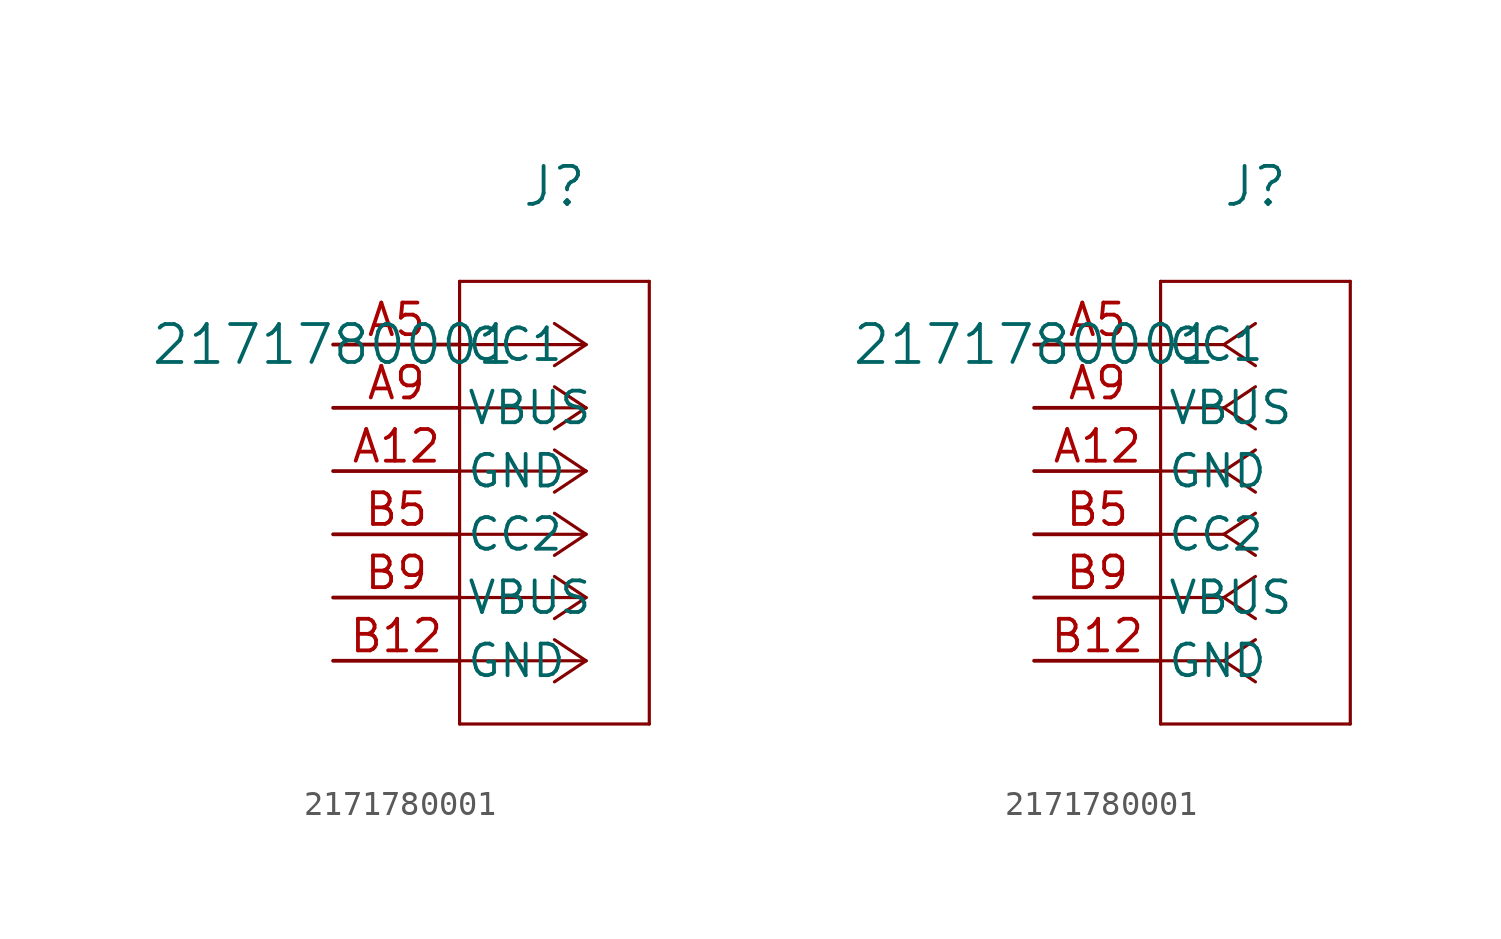
<source format=kicad_sym>
(kicad_symbol_lib
  (version 20211014)
  (generator kicad_symbol_editor)
  (symbol "2171780001"
    (pin_names
      (offset 0.254))
    (property "Reference" "J"
      (at 8.89 6.35 0)
      (effects (font (size 1.524 1.524))))
    (property "Value" "2171780001"
      (at 0 0 0)
      (effects (font (size 1.524 1.524))))
    (symbol "2171780001_1_1"
      (polyline (pts (xy 10.16 0) (xy 5.08 0)) (stroke (width 0.127) (type default) (color 0 0 0 0)) (fill (type none)))
      (polyline (pts (xy 10.16 -2.54) (xy 5.08 -2.54)) (stroke (width 0.127) (type default) (color 0 0 0 0)) (fill (type none)))
      (polyline (pts (xy 10.16 -5.08) (xy 5.08 -5.08)) (stroke (width 0.127) (type default) (color 0 0 0 0)) (fill (type none)))
      (polyline (pts (xy 10.16 -7.62) (xy 5.08 -7.62)) (stroke (width 0.127) (type default) (color 0 0 0 0)) (fill (type none)))
      (polyline (pts (xy 10.16 -10.16) (xy 5.08 -10.16)) (stroke (width 0.127) (type default) (color 0 0 0 0)) (fill (type none)))
      (polyline (pts (xy 10.16 -12.7) (xy 5.08 -12.7)) (stroke (width 0.127) (type default) (color 0 0 0 0)) (fill (type none)))
      (polyline (pts (xy 10.16 0) (xy 8.89 0.847)) (stroke (width 0.127) (type default) (color 0 0 0 0)) (fill (type none)))
      (polyline (pts (xy 10.16 -2.54) (xy 8.89 -1.693)) (stroke (width 0.127) (type default) (color 0 0 0 0)) (fill (type none)))
      (polyline (pts (xy 10.16 -5.08) (xy 8.89 -4.233)) (stroke (width 0.127) (type default) (color 0 0 0 0)) (fill (type none)))
      (polyline (pts (xy 10.16 -7.62) (xy 8.89 -6.773)) (stroke (width 0.127) (type default) (color 0 0 0 0)) (fill (type none)))
      (polyline (pts (xy 10.16 -10.16) (xy 8.89 -9.313)) (stroke (width 0.127) (type default) (color 0 0 0 0)) (fill (type none)))
      (polyline (pts (xy 10.16 -12.7) (xy 8.89 -11.853)) (stroke (width 0.127) (type default) (color 0 0 0 0)) (fill (type none)))
      (polyline (pts (xy 10.16 0) (xy 8.89 -0.847)) (stroke (width 0.127) (type default) (color 0 0 0 0)) (fill (type none)))
      (polyline (pts (xy 10.16 -2.54) (xy 8.89 -3.387)) (stroke (width 0.127) (type default) (color 0 0 0 0)) (fill (type none)))
      (polyline (pts (xy 10.16 -5.08) (xy 8.89 -5.927)) (stroke (width 0.127) (type default) (color 0 0 0 0)) (fill (type none)))
      (polyline (pts (xy 10.16 -7.62) (xy 8.89 -8.467)) (stroke (width 0.127) (type default) (color 0 0 0 0)) (fill (type none)))
      (polyline (pts (xy 10.16 -10.16) (xy 8.89 -11.007)) (stroke (width 0.127) (type default) (color 0 0 0 0)) (fill (type none)))
      (polyline (pts (xy 10.16 -12.7) (xy 8.89 -13.547)) (stroke (width 0.127) (type default) (color 0 0 0 0)) (fill (type none)))
      (polyline (pts (xy 5.08 2.54) (xy 5.08 -15.24)) (stroke (width 0.127) (type default) (color 0 0 0 0)) (fill (type none)))
      (polyline (pts (xy 5.08 -15.24) (xy 12.7 -15.24)) (stroke (width 0.127) (type default) (color 0 0 0 0)) (fill (type none)))
      (polyline (pts (xy 12.7 -15.24) (xy 12.7 2.54)) (stroke (width 0.127) (type default) (color 0 0 0 0)) (fill (type none)))
      (polyline (pts (xy 12.7 2.54) (xy 5.08 2.54)) (stroke (width 0.127) (type default) (color 0 0 0 0)) (fill (type none)))
      (pin bidirectional line (at 0 0 0) (length 5.08) (name "CC1" (effects (font (size 1.27 1.27)))) (number "A5" (effects (font (size 1.27 1.27)))))
      (pin power_in line (at 0 -2.54 0) (length 5.08) (name "VBUS" (effects (font (size 1.27 1.27)))) (number "A9" (effects (font (size 1.27 1.27)))))
      (pin power_out line (at 0 -5.08 0) (length 5.08) (name "GND" (effects (font (size 1.27 1.27)))) (number "A12" (effects (font (size 1.27 1.27)))))
      (pin bidirectional line (at 0 -7.62 0) (length 5.08) (name "CC2" (effects (font (size 1.27 1.27)))) (number "B5" (effects (font (size 1.27 1.27)))))
      (pin power_in line (at 0 -10.16 0) (length 5.08) (name "VBUS" (effects (font (size 1.27 1.27)))) (number "B9" (effects (font (size 1.27 1.27)))))
      (pin power_out line (at 0 -12.7 0) (length 5.08) (name "GND" (effects (font (size 1.27 1.27)))) (number "B12" (effects (font (size 1.27 1.27))))))
    (symbol "2171780001_1_2"
      (polyline (pts (xy 7.62 0) (xy 5.08 0)) (stroke (width 0.127) (type default) (color 0 0 0 0)) (fill (type none)))
      (polyline (pts (xy 7.62 -2.54) (xy 5.08 -2.54)) (stroke (width 0.127) (type default) (color 0 0 0 0)) (fill (type none)))
      (polyline (pts (xy 7.62 -5.08) (xy 5.08 -5.08)) (stroke (width 0.127) (type default) (color 0 0 0 0)) (fill (type none)))
      (polyline (pts (xy 7.62 -7.62) (xy 5.08 -7.62)) (stroke (width 0.127) (type default) (color 0 0 0 0)) (fill (type none)))
      (polyline (pts (xy 7.62 -10.16) (xy 5.08 -10.16)) (stroke (width 0.127) (type default) (color 0 0 0 0)) (fill (type none)))
      (polyline (pts (xy 7.62 -12.7) (xy 5.08 -12.7)) (stroke (width 0.127) (type default) (color 0 0 0 0)) (fill (type none)))
      (polyline (pts (xy 7.62 0) (xy 8.89 0.847)) (stroke (width 0.127) (type default) (color 0 0 0 0)) (fill (type none)))
      (polyline (pts (xy 7.62 -2.54) (xy 8.89 -1.693)) (stroke (width 0.127) (type default) (color 0 0 0 0)) (fill (type none)))
      (polyline (pts (xy 7.62 -5.08) (xy 8.89 -4.233)) (stroke (width 0.127) (type default) (color 0 0 0 0)) (fill (type none)))
      (polyline (pts (xy 7.62 -7.62) (xy 8.89 -6.773)) (stroke (width 0.127) (type default) (color 0 0 0 0)) (fill (type none)))
      (polyline (pts (xy 7.62 -10.16) (xy 8.89 -9.313)) (stroke (width 0.127) (type default) (color 0 0 0 0)) (fill (type none)))
      (polyline (pts (xy 7.62 -12.7) (xy 8.89 -11.853)) (stroke (width 0.127) (type default) (color 0 0 0 0)) (fill (type none)))
      (polyline (pts (xy 7.62 0) (xy 8.89 -0.847)) (stroke (width 0.127) (type default) (color 0 0 0 0)) (fill (type none)))
      (polyline (pts (xy 7.62 -2.54) (xy 8.89 -3.387)) (stroke (width 0.127) (type default) (color 0 0 0 0)) (fill (type none)))
      (polyline (pts (xy 7.62 -5.08) (xy 8.89 -5.927)) (stroke (width 0.127) (type default) (color 0 0 0 0)) (fill (type none)))
      (polyline (pts (xy 7.62 -7.62) (xy 8.89 -8.467)) (stroke (width 0.127) (type default) (color 0 0 0 0)) (fill (type none)))
      (polyline (pts (xy 7.62 -10.16) (xy 8.89 -11.007)) (stroke (width 0.127) (type default) (color 0 0 0 0)) (fill (type none)))
      (polyline (pts (xy 7.62 -12.7) (xy 8.89 -13.547)) (stroke (width 0.127) (type default) (color 0 0 0 0)) (fill (type none)))
      (polyline (pts (xy 5.08 2.54) (xy 5.08 -15.24)) (stroke (width 0.127) (type default) (color 0 0 0 0)) (fill (type none)))
      (polyline (pts (xy 5.08 -15.24) (xy 12.7 -15.24)) (stroke (width 0.127) (type default) (color 0 0 0 0)) (fill (type none)))
      (polyline (pts (xy 12.7 -15.24) (xy 12.7 2.54)) (stroke (width 0.127) (type default) (color 0 0 0 0)) (fill (type none)))
      (polyline (pts (xy 12.7 2.54) (xy 5.08 2.54)) (stroke (width 0.127) (type default) (color 0 0 0 0)) (fill (type none)))
      (pin bidirectional line (at 0 0 0) (length 5.08) (name "CC1" (effects (font (size 1.27 1.27)))) (number "A5" (effects (font (size 1.27 1.27)))))
      (pin power_in line (at 0 -2.54 0) (length 5.08) (name "VBUS" (effects (font (size 1.27 1.27)))) (number "A9" (effects (font (size 1.27 1.27)))))
      (pin power_out line (at 0 -5.08 0) (length 5.08) (name "GND" (effects (font (size 1.27 1.27)))) (number "A12" (effects (font (size 1.27 1.27)))))
      (pin bidirectional line (at 0 -7.62 0) (length 5.08) (name "CC2" (effects (font (size 1.27 1.27)))) (number "B5" (effects (font (size 1.27 1.27)))))
      (pin power_in line (at 0 -10.16 0) (length 5.08) (name "VBUS" (effects (font (size 1.27 1.27)))) (number "B9" (effects (font (size 1.27 1.27)))))
      (pin power_out line (at 0 -12.7 0) (length 5.08) (name "GND" (effects (font (size 1.27 1.27)))) (number "B12" (effects (font (size 1.27 1.27))))))))
</source>
